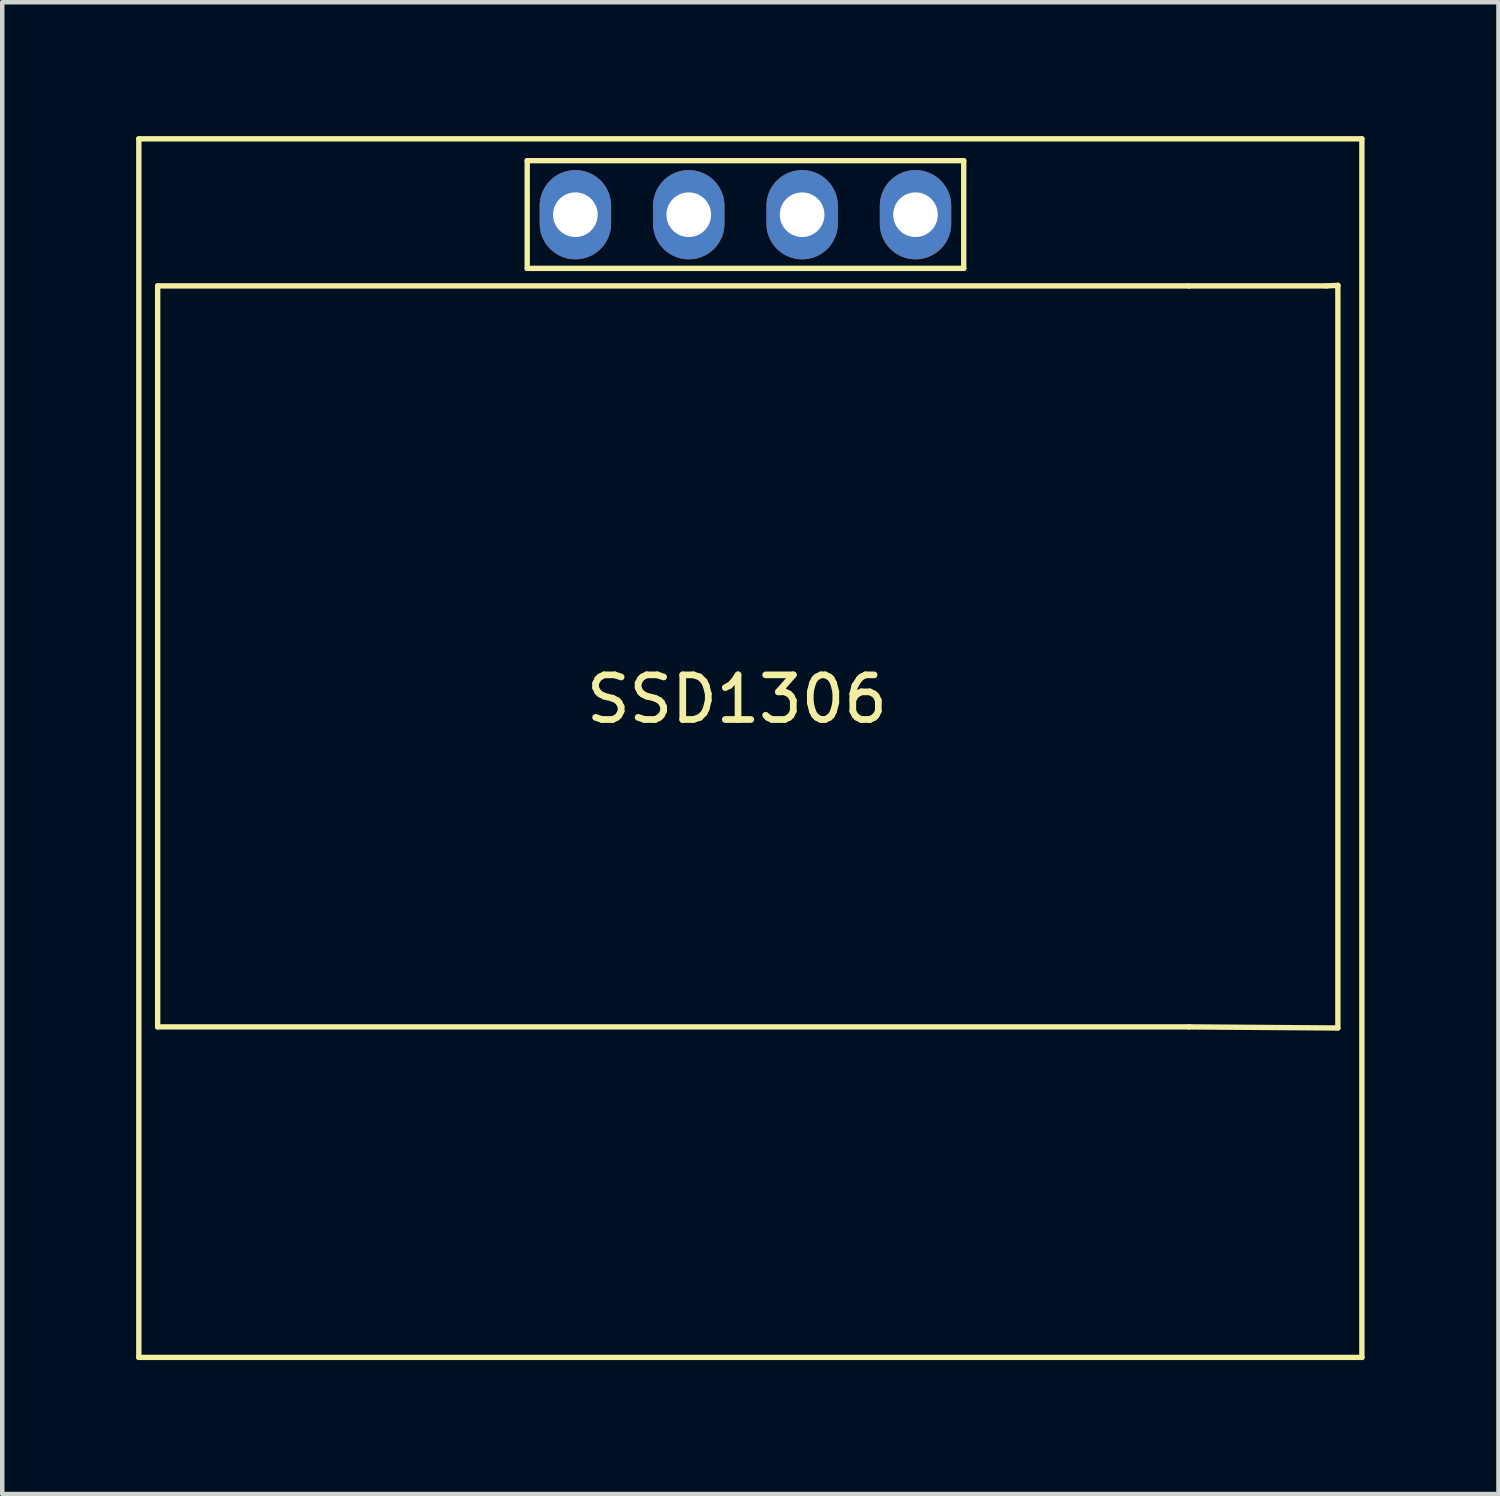
<source format=kicad_pcb>
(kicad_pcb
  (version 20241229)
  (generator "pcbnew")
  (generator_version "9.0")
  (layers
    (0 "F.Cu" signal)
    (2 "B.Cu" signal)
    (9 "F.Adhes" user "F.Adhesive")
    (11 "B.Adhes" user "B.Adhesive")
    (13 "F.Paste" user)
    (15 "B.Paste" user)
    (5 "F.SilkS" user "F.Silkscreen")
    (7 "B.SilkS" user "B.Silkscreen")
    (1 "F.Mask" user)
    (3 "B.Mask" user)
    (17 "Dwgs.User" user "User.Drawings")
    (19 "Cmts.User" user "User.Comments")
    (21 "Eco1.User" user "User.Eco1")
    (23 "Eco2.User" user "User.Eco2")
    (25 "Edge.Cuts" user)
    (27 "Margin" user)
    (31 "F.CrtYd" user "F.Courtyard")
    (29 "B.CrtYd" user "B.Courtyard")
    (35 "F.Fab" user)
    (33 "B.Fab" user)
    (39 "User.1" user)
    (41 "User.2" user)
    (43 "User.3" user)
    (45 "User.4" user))
  (footprint "SSD1306"
    (layer "F.Cu")
    (at 13.46 12.36)
    (property "Reference" "SSD1306" (at 0 0.254 0) (layer "F.SilkS") (effects (font (size 1 1) (thickness 0.15))))
    (attr through_hole)
    (fp_line (start -13.4 -12.3) (end 14 -12.3) (stroke (width 0.12) (type solid)) (layer "F.SilkS"))
    (fp_line (start -13.4 15) (end -13.4 -12.3) (stroke (width 0.12) (type solid)) (layer "F.SilkS"))
    (fp_line (start -12.978 -9.005) (end 10.122 -9.005) (stroke (width 0.12) (type solid)) (layer "F.SilkS"))
    (fp_line (start -12.978 7.595) (end -12.978 -9.005) (stroke (width 0.12) (type solid)) (layer "F.SilkS"))
    (fp_line (start -4.699 -11.811) (end -4.699 -9.398) (stroke (width 0.12) (type solid)) (layer "F.SilkS"))
    (fp_line (start -4.699 -11.811) (end 5.08 -11.811) (stroke (width 0.12) (type solid)) (layer "F.SilkS"))
    (fp_line (start 5.08 -11.811) (end 5.08 -9.398) (stroke (width 0.12) (type solid)) (layer "F.SilkS"))
    (fp_line (start 5.08 -9.398) (end -4.699 -9.398) (stroke (width 0.12) (type solid)) (layer "F.SilkS"))
    (fp_line (start 10.122 -9.005) (end 13.208 -9.005) (stroke (width 0.12) (type solid)) (layer "F.SilkS"))
    (fp_line (start 10.122 7.595) (end -12.978 7.595) (stroke (width 0.12) (type solid)) (layer "F.SilkS"))
    (fp_line (start 10.122 7.595) (end 13.462 7.62) (stroke (width 0.12) (type solid)) (layer "F.SilkS"))
    (fp_line (start 13.462 -9.017) (end 13.208 -9.005) (stroke (width 0.12) (type solid)) (layer "F.SilkS"))
    (fp_line (start 13.462 7.62) (end 13.462 -9.017) (stroke (width 0.12) (type solid)) (layer "F.SilkS"))
    (fp_line (start 14 -12.3) (end 14 15) (stroke (width 0.12) (type solid)) (layer "F.SilkS"))
    (fp_line (start 14 15) (end -13.4 15) (stroke (width 0.12) (type solid)) (layer "F.SilkS"))
    (pad "1" thru_hole oval (at -3.62 -10.6 90) (size 2 1.6) (drill 1) (layers "*.Cu" "*.Mask"))
    (pad "2" thru_hole oval (at -1.08 -10.6 90) (size 2 1.6) (drill 1) (layers "*.Cu" "*.Mask"))
    (pad "3" thru_hole oval (at 1.46 -10.6 90) (size 2 1.6) (drill 1) (layers "*.Cu" "*.Mask"))
    (pad "4" thru_hole oval (at 4 -10.6 90) (size 2 1.6) (drill 1) (layers "*.Cu" "*.Mask")))
  (gr_rect
    (start -3 -3)
    (end 30.52 30.42)
    (stroke (width 0.1) (type default))
    (fill no)
    (layer "Edge.Cuts")))
</source>
